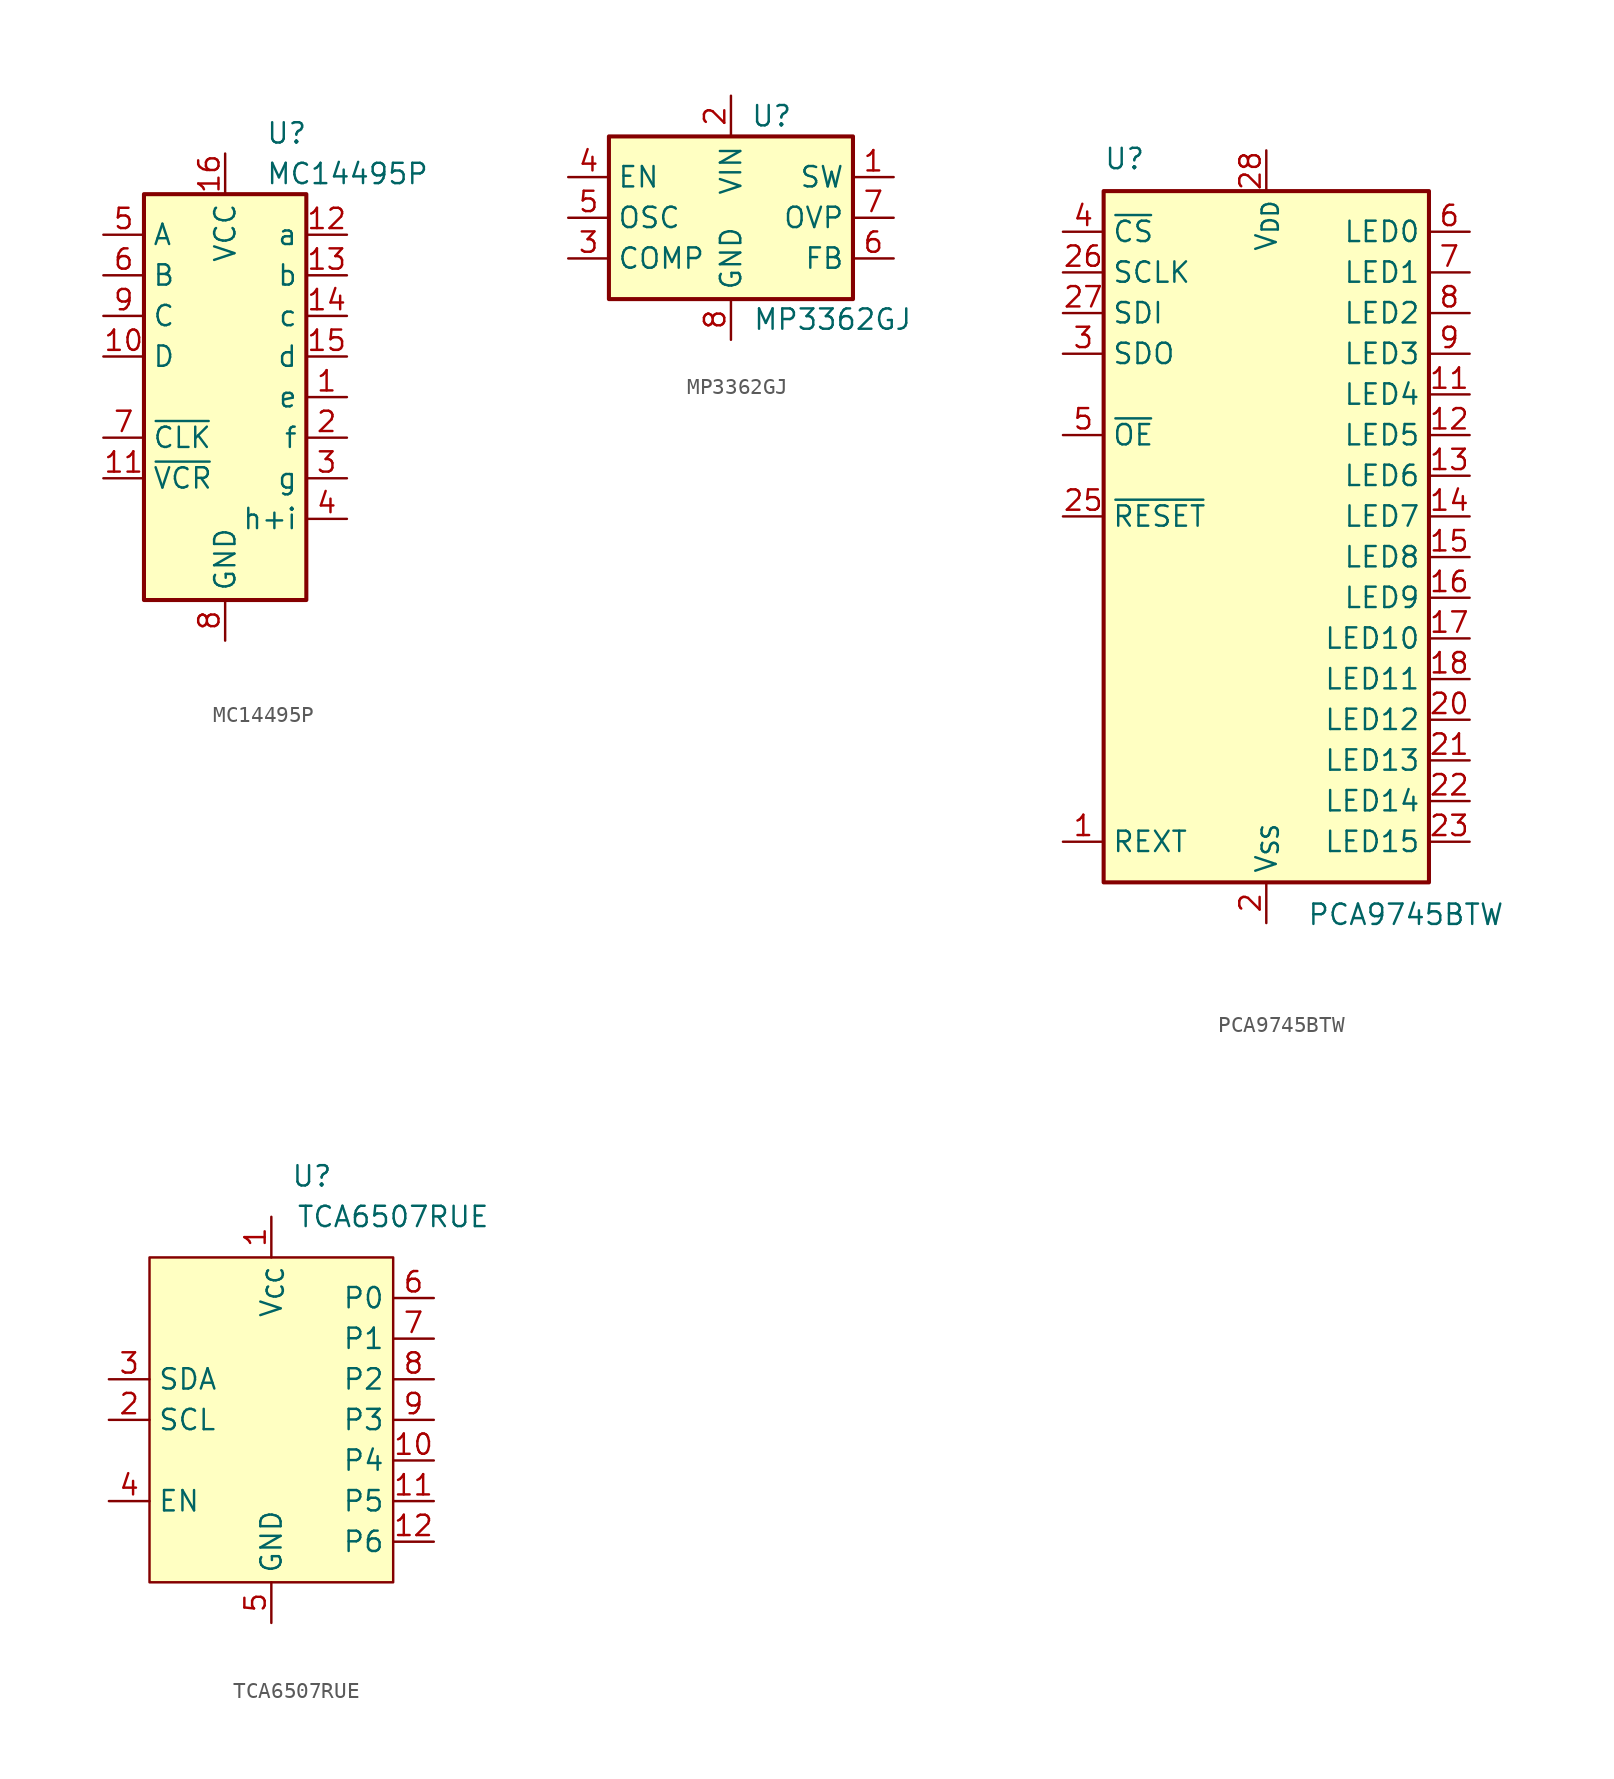
<source format=kicad_sym>
(kicad_symbol_lib
  (version 20231120)
  (generator "kicad_symbol_editor")
  (generator_version "8.0")
  (symbol "MC14495P"
    (property "Reference" "U"
      (at 2.54 16.51 0)
      (effects (font (size 1.27 1.27)) (justify left)))
    (property "Value" "MC14495P"
      (at 2.54 13.97 0)
      (effects (font (size 1.27 1.27)) (justify left)))
    (symbol "MC14495P_1_1"
      (rectangle (start -5.08 12.7) (end 5.08 -12.7) (stroke (width 0.254) (type default)) (fill (type background)))
      (pin output line (at 7.62 0 180) (length 2.54) (name "e" (effects (font (size 1.27 1.27)))) (number "1" (effects (font (size 1.27 1.27)))))
      (pin input line (at -7.62 2.54 0) (length 2.54) (name "D" (effects (font (size 1.27 1.27)))) (number "10" (effects (font (size 1.27 1.27)))))
      (pin input line (at -7.62 -5.08 0) (length 2.54) (name "~{VCR}" (effects (font (size 1.27 1.27)))) (number "11" (effects (font (size 1.27 1.27)))))
      (pin output line (at 7.62 10.16 180) (length 2.54) (name "a" (effects (font (size 1.27 1.27)))) (number "12" (effects (font (size 1.27 1.27)))))
      (pin output line (at 7.62 7.62 180) (length 2.54) (name "b" (effects (font (size 1.27 1.27)))) (number "13" (effects (font (size 1.27 1.27)))))
      (pin output line (at 7.62 5.08 180) (length 2.54) (name "c" (effects (font (size 1.27 1.27)))) (number "14" (effects (font (size 1.27 1.27)))))
      (pin output line (at 7.62 2.54 180) (length 2.54) (name "d" (effects (font (size 1.27 1.27)))) (number "15" (effects (font (size 1.27 1.27)))))
      (pin power_in line (at 0 15.24 270) (length 2.54) (name "VCC" (effects (font (size 1.27 1.27)))) (number "16" (effects (font (size 1.27 1.27)))))
      (pin output line (at 7.62 -2.54 180) (length 2.54) (name "f" (effects (font (size 1.27 1.27)))) (number "2" (effects (font (size 1.27 1.27)))))
      (pin output line (at 7.62 -5.08 180) (length 2.54) (name "g" (effects (font (size 1.27 1.27)))) (number "3" (effects (font (size 1.27 1.27)))))
      (pin output line (at 7.62 -7.62 180) (length 2.54) (name "h+i" (effects (font (size 1.27 1.27)))) (number "4" (effects (font (size 1.27 1.27)))))
      (pin input line (at -7.62 10.16 0) (length 2.54) (name "A" (effects (font (size 1.27 1.27)))) (number "5" (effects (font (size 1.27 1.27)))))
      (pin input line (at -7.62 7.62 0) (length 2.54) (name "B" (effects (font (size 1.27 1.27)))) (number "6" (effects (font (size 1.27 1.27)))))
      (pin input line (at -7.62 -2.54 0) (length 2.54) (name "~{CLK}" (effects (font (size 1.27 1.27)))) (number "7" (effects (font (size 1.27 1.27)))))
      (pin power_in line (at 0 -15.24 90) (length 2.54) (name "GND" (effects (font (size 1.27 1.27)))) (number "8" (effects (font (size 1.27 1.27)))))
      (pin input line (at -7.62 5.08 0) (length 2.54) (name "C" (effects (font (size 1.27 1.27)))) (number "9" (effects (font (size 1.27 1.27)))))))
  (symbol "MP3362GJ"
    (property "Reference" "U"
      (at 2.54 6.35 0)
      (effects (font (size 1.27 1.27))))
    (property "Value" "MP3362GJ"
      (at 6.35 -6.35 0)
      (effects (font (size 1.27 1.27))))
    (symbol "MP3362GJ_1_1"
      (rectangle (start -7.62 5.08) (end 7.62 -5.08) (stroke (width 0.254) (type default)) (fill (type background)))
      (pin passive line (at 10.16 2.54 180) (length 2.54) (name "SW" (effects (font (size 1.27 1.27)))) (number "1" (effects (font (size 1.27 1.27)))))
      (pin power_in line (at 0 7.62 270) (length 2.54) (name "VIN" (effects (font (size 1.27 1.27)))) (number "2" (effects (font (size 1.27 1.27)))))
      (pin passive line (at -10.16 -2.54 0) (length 2.54) (name "COMP" (effects (font (size 1.27 1.27)))) (number "3" (effects (font (size 1.27 1.27)))))
      (pin input line (at -10.16 2.54 0) (length 2.54) (name "EN" (effects (font (size 1.27 1.27)))) (number "4" (effects (font (size 1.27 1.27)))) (alternate "DIM" input line))
      (pin input line (at -10.16 0 0) (length 2.54) (name "OSC" (effects (font (size 1.27 1.27)))) (number "5" (effects (font (size 1.27 1.27)))) (alternate "SYNC" input line))
      (pin passive line (at 10.16 -2.54 180) (length 2.54) (name "FB" (effects (font (size 1.27 1.27)))) (number "6" (effects (font (size 1.27 1.27)))))
      (pin input line (at 10.16 0 180) (length 2.54) (name "OVP" (effects (font (size 1.27 1.27)))) (number "7" (effects (font (size 1.27 1.27)))))
      (pin power_in line (at 0 -7.62 90) (length 2.54) (name "GND" (effects (font (size 1.27 1.27)))) (number "8" (effects (font (size 1.27 1.27)))))))
  (symbol "PCA9745BTW"
    (property "Reference" "U"
      (at -10.16 24.13 0)
      (effects (font (size 1.27 1.27)) (justify left bottom)))
    (property "Value" "PCA9745BTW"
      (at 2.54 -21.59 0)
      (effects (font (size 1.27 1.27)) (justify left top)))
    (symbol "PCA9745BTW_0_1"
      (rectangle (start -10.16 22.86) (end 10.16 -20.32) (stroke (width 0.254) (type default)) (fill (type background))))
    (symbol "PCA9745BTW_1_1"
      (pin input line (at -12.7 -17.78 0) (length 2.54) (name "REXT" (effects (font (size 1.27 1.27)))) (number "1" (effects (font (size 1.27 1.27)))))
      (pin passive line (at 0 -22.86 90) (length 2.54) hide (name "V_{SS}" (effects (font (size 1.27 1.27)))) (number "10" (effects (font (size 1.27 1.27)))))
      (pin open_collector line (at 12.7 10.16 180) (length 2.54) (name "LED4" (effects (font (size 1.27 1.27)))) (number "11" (effects (font (size 1.27 1.27)))))
      (pin open_collector line (at 12.7 7.62 180) (length 2.54) (name "LED5" (effects (font (size 1.27 1.27)))) (number "12" (effects (font (size 1.27 1.27)))))
      (pin open_collector line (at 12.7 5.08 180) (length 2.54) (name "LED6" (effects (font (size 1.27 1.27)))) (number "13" (effects (font (size 1.27 1.27)))))
      (pin open_collector line (at 12.7 2.54 180) (length 2.54) (name "LED7" (effects (font (size 1.27 1.27)))) (number "14" (effects (font (size 1.27 1.27)))))
      (pin open_collector line (at 12.7 0 180) (length 2.54) (name "LED8" (effects (font (size 1.27 1.27)))) (number "15" (effects (font (size 1.27 1.27)))))
      (pin open_collector line (at 12.7 -2.54 180) (length 2.54) (name "LED9" (effects (font (size 1.27 1.27)))) (number "16" (effects (font (size 1.27 1.27)))))
      (pin open_collector line (at 12.7 -5.08 180) (length 2.54) (name "LED10" (effects (font (size 1.27 1.27)))) (number "17" (effects (font (size 1.27 1.27)))))
      (pin open_collector line (at 12.7 -7.62 180) (length 2.54) (name "LED11" (effects (font (size 1.27 1.27)))) (number "18" (effects (font (size 1.27 1.27)))))
      (pin passive line (at 0 -22.86 90) (length 2.54) hide (name "V_{SS}" (effects (font (size 1.27 1.27)))) (number "19" (effects (font (size 1.27 1.27)))))
      (pin power_in line (at 0 -22.86 90) (length 2.54) (name "V_{SS}" (effects (font (size 1.27 1.27)))) (number "2" (effects (font (size 1.27 1.27)))))
      (pin open_collector line (at 12.7 -10.16 180) (length 2.54) (name "LED12" (effects (font (size 1.27 1.27)))) (number "20" (effects (font (size 1.27 1.27)))))
      (pin open_collector line (at 12.7 -12.7 180) (length 2.54) (name "LED13" (effects (font (size 1.27 1.27)))) (number "21" (effects (font (size 1.27 1.27)))))
      (pin open_collector line (at 12.7 -15.24 180) (length 2.54) (name "LED14" (effects (font (size 1.27 1.27)))) (number "22" (effects (font (size 1.27 1.27)))))
      (pin open_collector line (at 12.7 -17.78 180) (length 2.54) (name "LED15" (effects (font (size 1.27 1.27)))) (number "23" (effects (font (size 1.27 1.27)))))
      (pin passive line (at 0 -22.86 90) (length 2.54) hide (name "V_{SS}" (effects (font (size 1.27 1.27)))) (number "24" (effects (font (size 1.27 1.27)))))
      (pin input line (at -12.7 2.54 0) (length 2.54) (name "~{RESET}" (effects (font (size 1.27 1.27)))) (number "25" (effects (font (size 1.27 1.27)))))
      (pin input line (at -12.7 17.78 0) (length 2.54) (name "SCLK" (effects (font (size 1.27 1.27)))) (number "26" (effects (font (size 1.27 1.27)))))
      (pin input line (at -12.7 15.24 0) (length 2.54) (name "SDI" (effects (font (size 1.27 1.27)))) (number "27" (effects (font (size 1.27 1.27)))))
      (pin power_in line (at 0 25.4 270) (length 2.54) (name "V_{DD}" (effects (font (size 1.27 1.27)))) (number "28" (effects (font (size 1.27 1.27)))))
      (pin passive line (at 0 -22.86 90) (length 2.54) hide (name "V_{SS}" (effects (font (size 1.27 1.27)))) (number "29" (effects (font (size 1.27 1.27)))))
      (pin output line (at -12.7 12.7 0) (length 2.54) (name "SDO" (effects (font (size 1.27 1.27)))) (number "3" (effects (font (size 1.27 1.27)))))
      (pin input line (at -12.7 20.32 0) (length 2.54) (name "~{CS}" (effects (font (size 1.27 1.27)))) (number "4" (effects (font (size 1.27 1.27)))))
      (pin input line (at -12.7 7.62 0) (length 2.54) (name "~{OE}" (effects (font (size 1.27 1.27)))) (number "5" (effects (font (size 1.27 1.27)))))
      (pin open_collector line (at 12.7 20.32 180) (length 2.54) (name "LED0" (effects (font (size 1.27 1.27)))) (number "6" (effects (font (size 1.27 1.27)))))
      (pin open_collector line (at 12.7 17.78 180) (length 2.54) (name "LED1" (effects (font (size 1.27 1.27)))) (number "7" (effects (font (size 1.27 1.27)))))
      (pin open_collector line (at 12.7 15.24 180) (length 2.54) (name "LED2" (effects (font (size 1.27 1.27)))) (number "8" (effects (font (size 1.27 1.27)))))
      (pin open_collector line (at 12.7 12.7 180) (length 2.54) (name "LED3" (effects (font (size 1.27 1.27)))) (number "9" (effects (font (size 1.27 1.27)))))))
  (symbol "TCA6507RUE"
    (property "Reference" "U"
      (at 2.54 15.24 0)
      (effects (font (size 1.27 1.27))))
    (property "Value" "TCA6507RUE"
      (at 7.62 12.7 0)
      (effects (font (size 1.27 1.27))))
    (symbol "TCA6507RUE_1_1"
      (rectangle (start -7.62 10.16) (end 7.62 -10.16) (stroke (width 0) (type solid)) (fill (type background)))
      (pin power_in line (at 0 12.7 270) (length 2.54) (name "V_{CC}" (effects (font (size 1.27 1.27)))) (number "1" (effects (font (size 1.27 1.27)))))
      (pin open_collector line (at 10.16 -2.54 180) (length 2.54) (name "P4" (effects (font (size 1.27 1.27)))) (number "10" (effects (font (size 1.27 1.27)))))
      (pin open_collector line (at 10.16 -5.08 180) (length 2.54) (name "P5" (effects (font (size 1.27 1.27)))) (number "11" (effects (font (size 1.27 1.27)))))
      (pin open_collector line (at 10.16 -7.62 180) (length 2.54) (name "P6" (effects (font (size 1.27 1.27)))) (number "12" (effects (font (size 1.27 1.27)))))
      (pin input line (at -10.16 0 0) (length 2.54) (name "SCL" (effects (font (size 1.27 1.27)))) (number "2" (effects (font (size 1.27 1.27)))))
      (pin bidirectional line (at -10.16 2.54 0) (length 2.54) (name "SDA" (effects (font (size 1.27 1.27)))) (number "3" (effects (font (size 1.27 1.27)))))
      (pin input line (at -10.16 -5.08 0) (length 2.54) (name "EN" (effects (font (size 1.27 1.27)))) (number "4" (effects (font (size 1.27 1.27)))))
      (pin power_in line (at 0 -12.7 90) (length 2.54) (name "GND" (effects (font (size 1.27 1.27)))) (number "5" (effects (font (size 1.27 1.27)))))
      (pin open_collector line (at 10.16 7.62 180) (length 2.54) (name "P0" (effects (font (size 1.27 1.27)))) (number "6" (effects (font (size 1.27 1.27)))))
      (pin open_collector line (at 10.16 5.08 180) (length 2.54) (name "P1" (effects (font (size 1.27 1.27)))) (number "7" (effects (font (size 1.27 1.27)))))
      (pin open_collector line (at 10.16 2.54 180) (length 2.54) (name "P2" (effects (font (size 1.27 1.27)))) (number "8" (effects (font (size 1.27 1.27)))))
      (pin open_collector line (at 10.16 0 180) (length 2.54) (name "P3" (effects (font (size 1.27 1.27)))) (number "9" (effects (font (size 1.27 1.27))))))))
</source>
